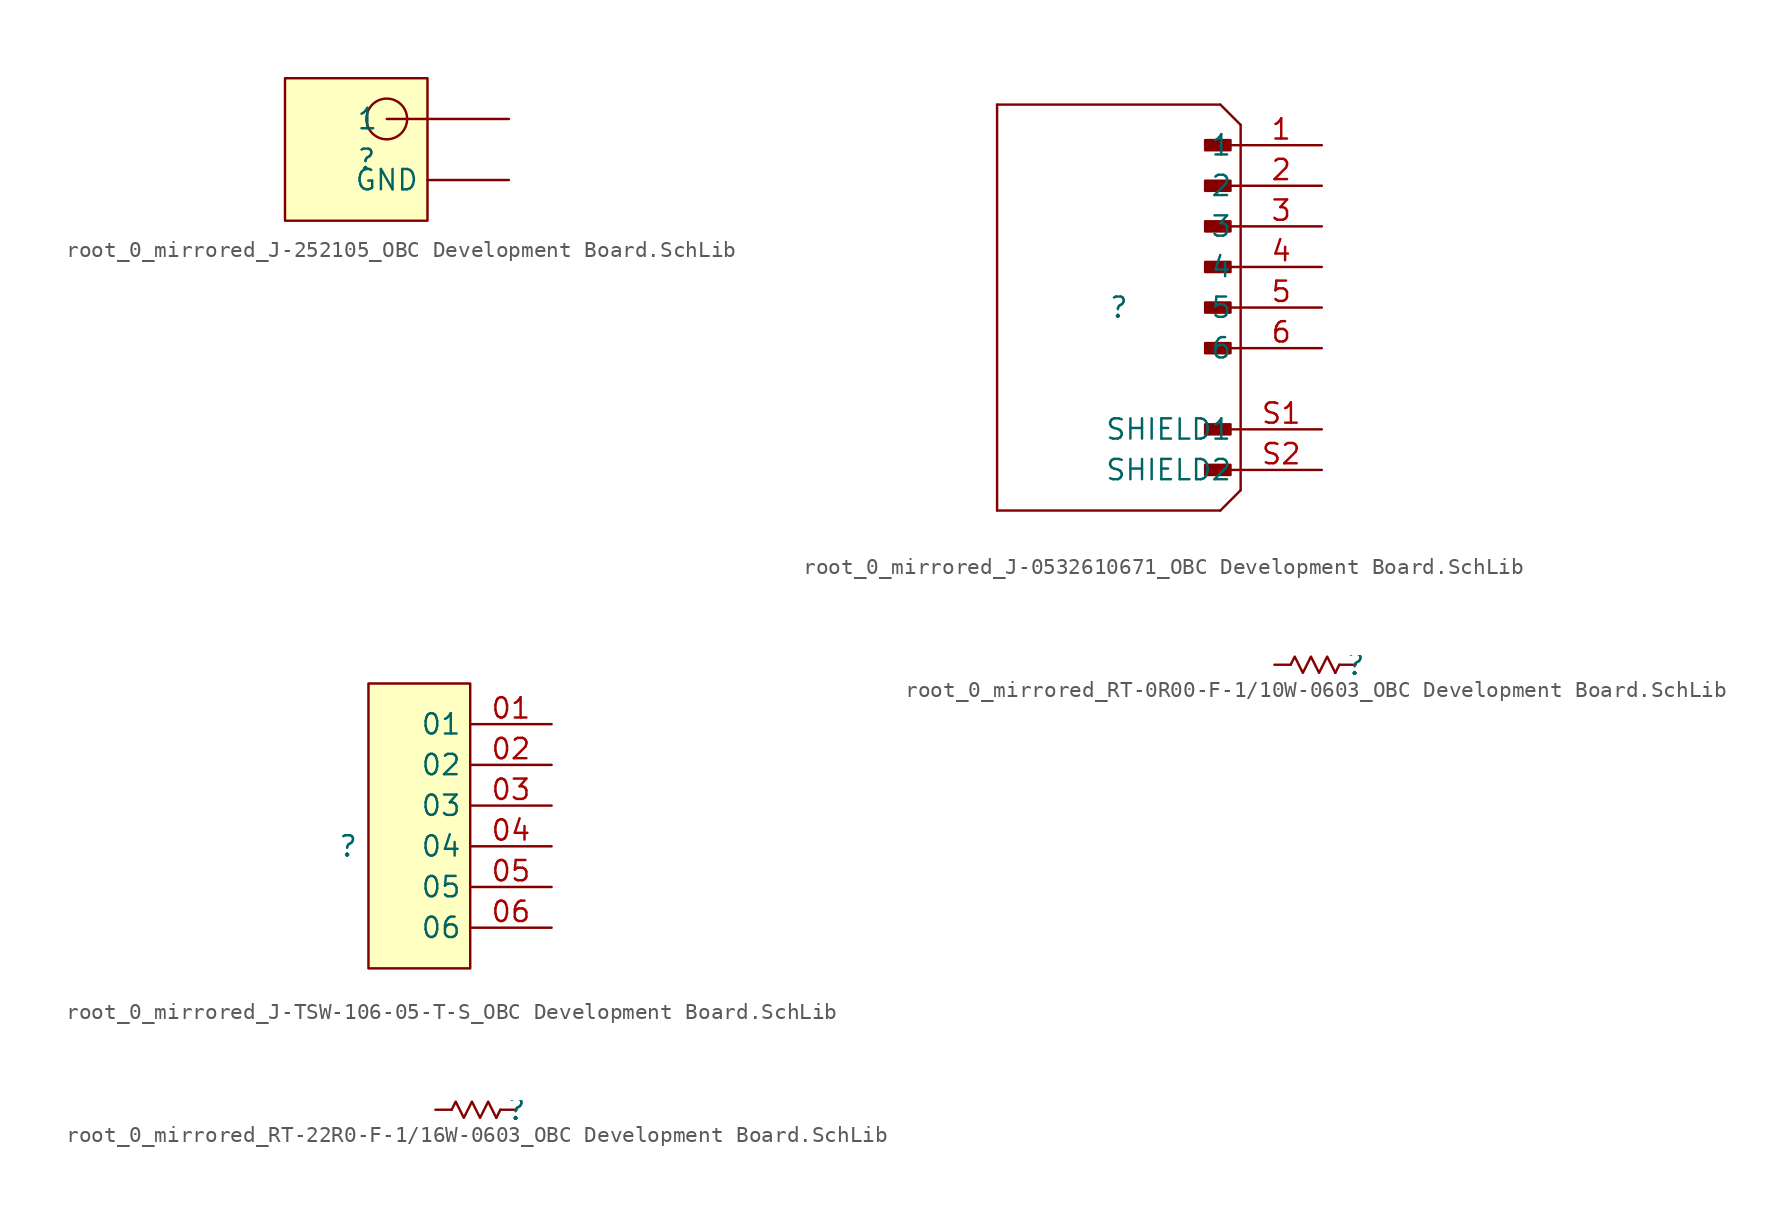
<source format=kicad_sym>
(kicad_symbol_lib
  (version 20241209)
  (generator "kicad_symbol_editor")
  (generator_version "9.0")
  (symbol "root_0_mirrored_J-252105_OBC Development Board.SchLib"
    (pin_numbers
      (hide yes))
    (property "Reference" ""
      (at 0 0 0)
      (effects (font (size 1.27 1.27))))
    (property "Value" ""
      (at 0 0 0)
      (effects (font (size 1.27 1.27))))
    (symbol "root_0_mirrored_J-252105_OBC Development Board.SchLib_1_0"
      (circle (center 1.27 2.54) (radius 1.27) (stroke (width 0) (type solid)) (fill (type none)))
      (rectangle (start 3.81 5.08) (end -5.08 -3.81) (stroke (width 0) (type solid) (color 128 0 0 1)) (fill (type background)))
      (pin passive line (at 8.89 2.54 180) (length 7.62) (name "1" (effects (font (size 1.27 1.27)))) (number "1" (effects (font (size 1.27 1.27)))))
      (pin passive line (at 8.89 -1.27 180) (length 5.08) (name "GND" (effects (font (size 1.27 1.27)))) (number "0" (effects (font (size 1.27 1.27)))))))
  (symbol "root_0_mirrored_J-0532610671_OBC Development Board.SchLib"
    (property "Reference" ""
      (at 0 0 0)
      (effects (font (size 1.27 1.27))))
    (property "Value" ""
      (at 0 0 0)
      (effects (font (size 1.27 1.27))))
    (symbol "root_0_mirrored_J-0532610671_OBC Development Board.SchLib_1_0"
      (polyline (pts (xy -7.62 12.7) (xy 6.35 12.7)) (stroke (width 0) (type solid)) (fill (type none)))
      (polyline (pts (xy -7.62 -12.7) (xy -7.62 12.7)) (stroke (width 0) (type solid)) (fill (type none)))
      (polyline (pts (xy 6.35 -12.7) (xy -7.62 -12.7)) (stroke (width 0) (type solid)) (fill (type none)))
      (rectangle (start 6.985 10.478) (end 5.398 9.843) (stroke (width 0) (type solid)) (fill (type outline)))
      (rectangle (start 6.985 7.938) (end 5.398 7.303) (stroke (width 0) (type solid)) (fill (type outline)))
      (rectangle (start 6.985 5.398) (end 5.398 4.763) (stroke (width 0) (type solid)) (fill (type outline)))
      (rectangle (start 6.985 2.858) (end 5.398 2.223) (stroke (width 0) (type solid)) (fill (type outline)))
      (rectangle (start 6.985 0.318) (end 5.398 -0.317) (stroke (width 0) (type solid)) (fill (type outline)))
      (rectangle (start 6.985 -2.222) (end 5.398 -2.857) (stroke (width 0) (type solid)) (fill (type outline)))
      (rectangle (start 6.985 -7.302) (end 5.398 -7.937) (stroke (width 0) (type solid)) (fill (type outline)))
      (rectangle (start 6.985 -9.842) (end 5.398 -10.477) (stroke (width 0) (type solid)) (fill (type outline)))
      (polyline (pts (xy 7.62 11.43) (xy 6.35 12.7)) (stroke (width 0) (type solid)) (fill (type none)))
      (polyline (pts (xy 7.62 11.43) (xy 7.62 -11.43)) (stroke (width 0) (type solid)) (fill (type none)))
      (polyline (pts (xy 7.62 10.16) (xy 5.715 10.16)) (stroke (width 0) (type solid)) (fill (type none)))
      (polyline (pts (xy 7.62 7.62) (xy 5.715 7.62)) (stroke (width 0) (type solid)) (fill (type none)))
      (polyline (pts (xy 7.62 5.08) (xy 5.715 5.08)) (stroke (width 0) (type solid)) (fill (type none)))
      (polyline (pts (xy 7.62 2.54) (xy 5.715 2.54)) (stroke (width 0) (type solid)) (fill (type none)))
      (polyline (pts (xy 7.62 0) (xy 5.715 0)) (stroke (width 0) (type solid)) (fill (type none)))
      (polyline (pts (xy 7.62 -2.54) (xy 5.715 -2.54)) (stroke (width 0) (type solid)) (fill (type none)))
      (polyline (pts (xy 7.62 -7.62) (xy 5.715 -7.62)) (stroke (width 0) (type solid)) (fill (type none)))
      (polyline (pts (xy 7.62 -10.16) (xy 5.715 -10.16)) (stroke (width 0) (type solid)) (fill (type none)))
      (polyline (pts (xy 7.62 -11.43) (xy 6.35 -12.7)) (stroke (width 0) (type solid)) (fill (type none)))
      (pin passive line (at 12.7 10.16 180) (length 5.08) (name "1" (effects (font (size 1.27 1.27)))) (number "1" (effects (font (size 1.27 1.27)))))
      (pin passive line (at 12.7 7.62 180) (length 5.08) (name "2" (effects (font (size 1.27 1.27)))) (number "2" (effects (font (size 1.27 1.27)))))
      (pin passive line (at 12.7 5.08 180) (length 5.08) (name "3" (effects (font (size 1.27 1.27)))) (number "3" (effects (font (size 1.27 1.27)))))
      (pin passive line (at 12.7 2.54 180) (length 5.08) (name "4" (effects (font (size 1.27 1.27)))) (number "4" (effects (font (size 1.27 1.27)))))
      (pin passive line (at 12.7 0 180) (length 5.08) (name "5" (effects (font (size 1.27 1.27)))) (number "5" (effects (font (size 1.27 1.27)))))
      (pin passive line (at 12.7 -2.54 180) (length 5.08) (name "6" (effects (font (size 1.27 1.27)))) (number "6" (effects (font (size 1.27 1.27)))))
      (pin passive line (at 12.7 -7.62 180) (length 5.08) (name "SHIELD1" (effects (font (size 1.27 1.27)))) (number "S1" (effects (font (size 1.27 1.27)))))
      (pin passive line (at 12.7 -10.16 180) (length 5.08) (name "SHIELD2" (effects (font (size 1.27 1.27)))) (number "S2" (effects (font (size 1.27 1.27)))))))
  (symbol "root_0_mirrored_J-TSW-106-05-T-S_OBC Development Board.SchLib"
    (property "Reference" ""
      (at 0 0 0)
      (effects (font (size 1.27 1.27))))
    (property "Value" ""
      (at 0 0 0)
      (effects (font (size 1.27 1.27))))
    (symbol "root_0_mirrored_J-TSW-106-05-T-S_OBC Development Board.SchLib_1_0"
      (rectangle (start 7.62 10.16) (end 1.27 -7.62) (stroke (width 0) (type solid) (color 128 0 0 1)) (fill (type background)))
      (pin passive line (at 12.7 7.62 180) (length 5.08) (name "01" (effects (font (size 1.27 1.27)))) (number "01" (effects (font (size 1.27 1.27)))))
      (pin passive line (at 12.7 5.08 180) (length 5.08) (name "02" (effects (font (size 1.27 1.27)))) (number "02" (effects (font (size 1.27 1.27)))))
      (pin passive line (at 12.7 2.54 180) (length 5.08) (name "03" (effects (font (size 1.27 1.27)))) (number "03" (effects (font (size 1.27 1.27)))))
      (pin passive line (at 12.7 0 180) (length 5.08) (name "04" (effects (font (size 1.27 1.27)))) (number "04" (effects (font (size 1.27 1.27)))))
      (pin passive line (at 12.7 -2.54 180) (length 5.08) (name "05" (effects (font (size 1.27 1.27)))) (number "05" (effects (font (size 1.27 1.27)))))
      (pin passive line (at 12.7 -5.08 180) (length 5.08) (name "06" (effects (font (size 1.27 1.27)))) (number "06" (effects (font (size 1.27 1.27)))))))
  (symbol "root_0_mirrored_RT-0R00-F-1/10W-0603_OBC Development Board.SchLib"
    (pin_numbers
      (hide yes))
    (pin_names
      (hide yes))
    (property "Reference" ""
      (at 0 0 0)
      (effects (font (size 1.27 1.27))))
    (property "Value" ""
      (at 0 0 0)
      (effects (font (size 1.27 1.27))))
    (symbol "root_0_mirrored_RT-0R00-F-1/10W-0603_OBC Development Board.SchLib_1_0"
      (polyline (pts (xy -1.27 -0.508) (xy -1.016 0)) (stroke (width 0) (type solid)) (fill (type none)))
      (polyline (pts (xy -1.27 -0.508) (xy -1.778 0.508) (xy -2.286 -0.508) (xy -2.794 0.508) (xy -3.302 -0.508) (xy -3.81 0.508) (xy -4.064 0)) (stroke (width 0) (type solid)) (fill (type none)))
      (pin passive line (at -5.08 0 0) (length 1.016) (name "" (effects (font (size 1.27 1.27)))) (number "2" (effects (font (size 1.27 1.27)))))
      (pin passive line (at 0 0 180) (length 1.016) (name "" (effects (font (size 1.27 1.27)))) (number "1" (effects (font (size 1.27 1.27)))))))
  (symbol "root_0_mirrored_RT-22R0-F-1/16W-0603_OBC Development Board.SchLib"
    (pin_numbers
      (hide yes))
    (pin_names
      (hide yes))
    (property "Reference" ""
      (at 0 0 0)
      (effects (font (size 1.27 1.27))))
    (property "Value" ""
      (at 0 0 0)
      (effects (font (size 1.27 1.27))))
    (symbol "root_0_mirrored_RT-22R0-F-1/16W-0603_OBC Development Board.SchLib_1_0"
      (polyline (pts (xy -1.27 -0.508) (xy -1.016 0)) (stroke (width 0) (type solid)) (fill (type none)))
      (polyline (pts (xy -1.27 -0.508) (xy -1.778 0.508) (xy -2.286 -0.508) (xy -2.794 0.508) (xy -3.302 -0.508) (xy -3.81 0.508) (xy -4.064 0)) (stroke (width 0) (type solid)) (fill (type none)))
      (pin passive line (at -5.08 0 0) (length 1.016) (name "" (effects (font (size 1.27 1.27)))) (number "2" (effects (font (size 1.27 1.27)))))
      (pin passive line (at 0 0 180) (length 1.016) (name "" (effects (font (size 1.27 1.27)))) (number "1" (effects (font (size 1.27 1.27))))))))
</source>
